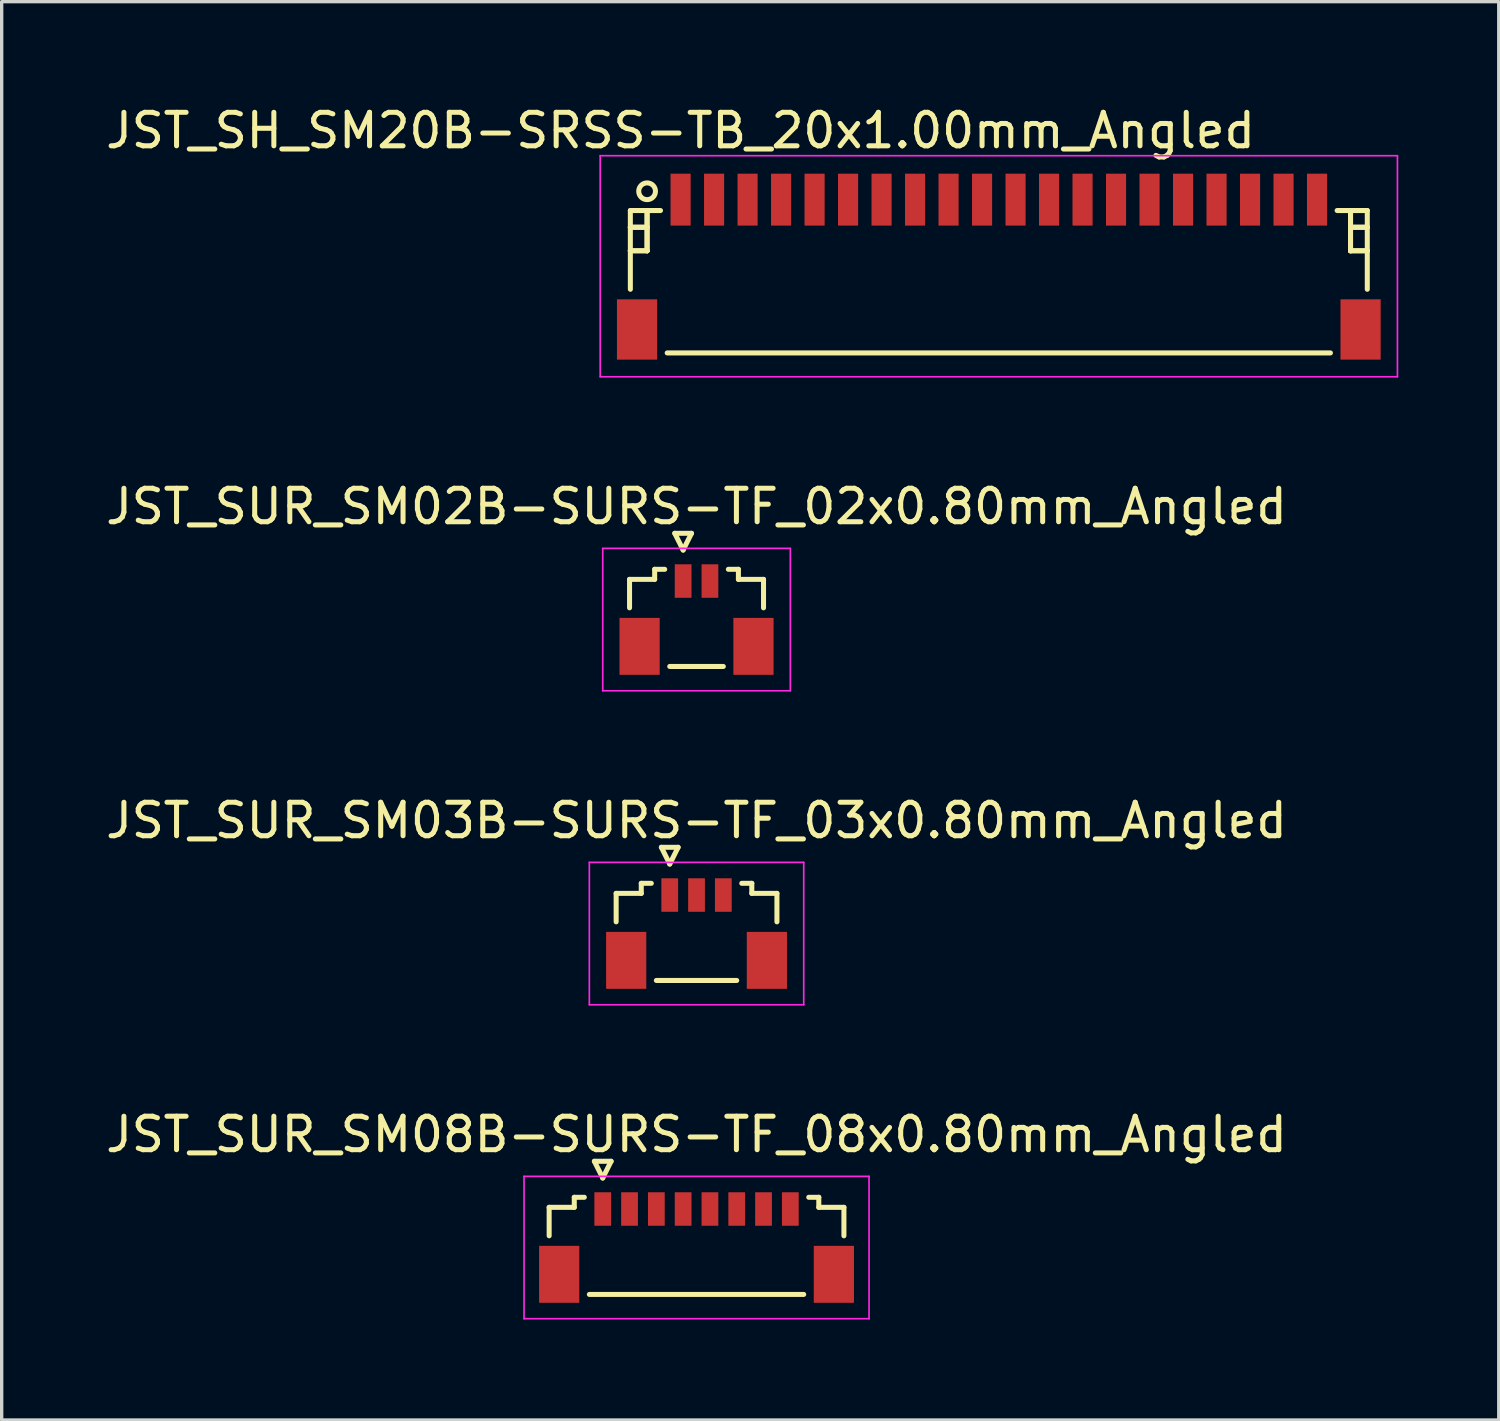
<source format=kicad_pcb>
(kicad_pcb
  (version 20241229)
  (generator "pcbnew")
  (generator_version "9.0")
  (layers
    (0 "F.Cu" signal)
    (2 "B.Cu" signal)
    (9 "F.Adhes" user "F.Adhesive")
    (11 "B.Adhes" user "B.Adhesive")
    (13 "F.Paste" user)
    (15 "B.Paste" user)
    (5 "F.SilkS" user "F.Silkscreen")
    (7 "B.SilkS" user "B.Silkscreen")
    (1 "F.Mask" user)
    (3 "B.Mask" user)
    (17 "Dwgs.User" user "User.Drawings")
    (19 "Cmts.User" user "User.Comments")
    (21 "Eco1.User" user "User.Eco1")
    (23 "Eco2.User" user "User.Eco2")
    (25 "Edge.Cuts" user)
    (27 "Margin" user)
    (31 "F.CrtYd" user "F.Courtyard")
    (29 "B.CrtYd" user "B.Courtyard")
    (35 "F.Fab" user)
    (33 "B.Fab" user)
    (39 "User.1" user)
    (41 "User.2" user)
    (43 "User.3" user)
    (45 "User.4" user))
  (footprint "JST_SH_SM20B-SRSS-TB_20x1.00mm_Angled"
    (layer "F.Cu")
    (at 26.768 4.848)
    (property "Reference" "JST_SH_SM20B-SRSS-TB_20x1.00mm_Angled" (at -9.5 -4 0) (layer "F.SilkS") (effects (font (size 1 1) (thickness 0.15))))
    (attr smd)
    (fp_line (start -11 -1.613) (end -10.1 -1.613) (stroke (width 0.15) (type solid)) (layer "F.SilkS"))
    (fp_line (start -11 -1.113) (end -11 -1.113) (stroke (width 0.15) (type solid)) (layer "F.SilkS"))
    (fp_line (start -11 -1.113) (end -10.5 -1.113) (stroke (width 0.15) (type solid)) (layer "F.SilkS"))
    (fp_line (start -11 -0.412) (end -11 -0.412) (stroke (width 0.15) (type solid)) (layer "F.SilkS"))
    (fp_line (start -11 -0.412) (end -10.5 -0.412) (stroke (width 0.15) (type solid)) (layer "F.SilkS"))
    (fp_line (start -11 0.738) (end -11 -1.613) (stroke (width 0.15) (type solid)) (layer "F.SilkS"))
    (fp_line (start -10.5 -1.613) (end -10.5 -1.613) (stroke (width 0.15) (type solid)) (layer "F.SilkS"))
    (fp_line (start -10.5 -1.613) (end -10.5 -0.412) (stroke (width 0.15) (type solid)) (layer "F.SilkS"))
    (fp_line (start -10.5 -1.113) (end -11 -1.113) (stroke (width 0.15) (type solid)) (layer "F.SilkS"))
    (fp_line (start -10.5 -1.113) (end -10.5 -1.113) (stroke (width 0.15) (type solid)) (layer "F.SilkS"))
    (fp_line (start -10.5 -0.412) (end -11 -0.412) (stroke (width 0.15) (type solid)) (layer "F.SilkS"))
    (fp_line (start -10.5 -0.412) (end -10.5 -1.613) (stroke (width 0.15) (type solid)) (layer "F.SilkS"))
    (fp_line (start -10.5 -0.412) (end -10.5 -0.412) (stroke (width 0.15) (type solid)) (layer "F.SilkS"))
    (fp_line (start -10.5 -0.412) (end -10.5 -0.412) (stroke (width 0.15) (type solid)) (layer "F.SilkS"))
    (fp_line (start -9.9 2.638) (end 9.9 2.638) (stroke (width 0.15) (type solid)) (layer "F.SilkS"))
    (fp_line (start 10.5 -1.613) (end 10.5 -1.613) (stroke (width 0.15) (type solid)) (layer "F.SilkS"))
    (fp_line (start 10.5 -1.613) (end 10.5 -0.412) (stroke (width 0.15) (type solid)) (layer "F.SilkS"))
    (fp_line (start 10.5 -1.113) (end 10.5 -1.113) (stroke (width 0.15) (type solid)) (layer "F.SilkS"))
    (fp_line (start 10.5 -1.113) (end 11 -1.113) (stroke (width 0.15) (type solid)) (layer "F.SilkS"))
    (fp_line (start 10.5 -0.412) (end 10.5 -1.613) (stroke (width 0.15) (type solid)) (layer "F.SilkS"))
    (fp_line (start 10.5 -0.412) (end 10.5 -0.412) (stroke (width 0.15) (type solid)) (layer "F.SilkS"))
    (fp_line (start 10.5 -0.412) (end 10.5 -0.412) (stroke (width 0.15) (type solid)) (layer "F.SilkS"))
    (fp_line (start 10.5 -0.412) (end 11 -0.412) (stroke (width 0.15) (type solid)) (layer "F.SilkS"))
    (fp_line (start 11 -1.613) (end 10.1 -1.613) (stroke (width 0.15) (type solid)) (layer "F.SilkS"))
    (fp_line (start 11 -1.113) (end 10.5 -1.113) (stroke (width 0.15) (type solid)) (layer "F.SilkS"))
    (fp_line (start 11 -1.113) (end 11 -1.113) (stroke (width 0.15) (type solid)) (layer "F.SilkS"))
    (fp_line (start 11 -0.412) (end 10.5 -0.412) (stroke (width 0.15) (type solid)) (layer "F.SilkS"))
    (fp_line (start 11 -0.412) (end 11 -0.412) (stroke (width 0.15) (type solid)) (layer "F.SilkS"))
    (fp_line (start 11 0.738) (end 11 -1.613) (stroke (width 0.15) (type solid)) (layer "F.SilkS"))
    (fp_circle (center -10.5 -2.188) (end -10.25 -2.188) (stroke (width 0.15) (type solid)) (fill no) (layer "F.SilkS"))
    (fp_line (start -11.9 -3.25) (end 11.9 -3.25) (stroke (width 0.05) (type solid)) (layer "F.CrtYd"))
    (fp_line (start -11.9 3.35) (end -11.9 -3.25) (stroke (width 0.05) (type solid)) (layer "F.CrtYd"))
    (fp_line (start 11.9 -3.25) (end 11.9 3.35) (stroke (width 0.05) (type solid)) (layer "F.CrtYd"))
    (fp_line (start 11.9 3.35) (end -11.9 3.35) (stroke (width 0.05) (type solid)) (layer "F.CrtYd"))
    (pad "" smd rect (at -10.8 1.938) (size 1.2 1.8) (layers "F.Cu" "F.Mask" "F.Paste"))
    (pad "" smd rect (at 10.8 1.938) (size 1.2 1.8) (layers "F.Cu" "F.Mask" "F.Paste"))
    (pad "1" smd rect (at -9.5 -1.938) (size 0.6 1.55) (layers "F.Cu" "F.Mask" "F.Paste"))
    (pad "2" smd rect (at -8.5 -1.938) (size 0.6 1.55) (layers "F.Cu" "F.Mask" "F.Paste"))
    (pad "3" smd rect (at -7.5 -1.938) (size 0.6 1.55) (layers "F.Cu" "F.Mask" "F.Paste"))
    (pad "4" smd rect (at -6.5 -1.938) (size 0.6 1.55) (layers "F.Cu" "F.Mask" "F.Paste"))
    (pad "5" smd rect (at -5.5 -1.938) (size 0.6 1.55) (layers "F.Cu" "F.Mask" "F.Paste"))
    (pad "6" smd rect (at -4.5 -1.938) (size 0.6 1.55) (layers "F.Cu" "F.Mask" "F.Paste"))
    (pad "7" smd rect (at -3.5 -1.938) (size 0.6 1.55) (layers "F.Cu" "F.Mask" "F.Paste"))
    (pad "8" smd rect (at -2.5 -1.938) (size 0.6 1.55) (layers "F.Cu" "F.Mask" "F.Paste"))
    (pad "9" smd rect (at -1.5 -1.938) (size 0.6 1.55) (layers "F.Cu" "F.Mask" "F.Paste"))
    (pad "10" smd rect (at -0.5 -1.938) (size 0.6 1.55) (layers "F.Cu" "F.Mask" "F.Paste"))
    (pad "11" smd rect (at 0.5 -1.938) (size 0.6 1.55) (layers "F.Cu" "F.Mask" "F.Paste"))
    (pad "12" smd rect (at 1.5 -1.938) (size 0.6 1.55) (layers "F.Cu" "F.Mask" "F.Paste"))
    (pad "13" smd rect (at 2.5 -1.938) (size 0.6 1.55) (layers "F.Cu" "F.Mask" "F.Paste"))
    (pad "14" smd rect (at 3.5 -1.938) (size 0.6 1.55) (layers "F.Cu" "F.Mask" "F.Paste"))
    (pad "15" smd rect (at 4.5 -1.938) (size 0.6 1.55) (layers "F.Cu" "F.Mask" "F.Paste"))
    (pad "16" smd rect (at 5.5 -1.938) (size 0.6 1.55) (layers "F.Cu" "F.Mask" "F.Paste"))
    (pad "17" smd rect (at 6.5 -1.938) (size 0.6 1.55) (layers "F.Cu" "F.Mask" "F.Paste"))
    (pad "18" smd rect (at 7.5 -1.938) (size 0.6 1.55) (layers "F.Cu" "F.Mask" "F.Paste"))
    (pad "19" smd rect (at 8.5 -1.938) (size 0.6 1.55) (layers "F.Cu" "F.Mask" "F.Paste"))
    (pad "20" smd rect (at 9.5 -1.938) (size 0.6 1.55) (layers "F.Cu" "F.Mask" "F.Paste")))
  (footprint "JST_SUR_SM03B-SURS-TF_03x0.80mm_Angled"
    (layer "F.Cu")
    (at 17.744 24.645)
    (property "Reference" "JST_SUR_SM03B-SURS-TF_03x0.80mm_Angled" (at 0 -3.2 0) (layer "F.SilkS") (effects (font (size 1 1) (thickness 0.15))))
    (attr smd)
    (fp_line (start -2.4 -1.025) (end -2.4 -0.175) (stroke (width 0.15) (type solid)) (layer "F.SilkS"))
    (fp_line (start -1.65 -1.325) (end -1.65 -1.025) (stroke (width 0.15) (type solid)) (layer "F.SilkS"))
    (fp_line (start -1.65 -1.025) (end -2.4 -1.025) (stroke (width 0.15) (type solid)) (layer "F.SilkS"))
    (fp_line (start -1.35 -1.325) (end -1.65 -1.325) (stroke (width 0.15) (type solid)) (layer "F.SilkS"))
    (fp_line (start -1.2 1.575) (end 1.2 1.575) (stroke (width 0.15) (type solid)) (layer "F.SilkS"))
    (fp_line (start -1.05 -2.4) (end -0.55 -2.4) (stroke (width 0.15) (type solid)) (layer "F.SilkS"))
    (fp_line (start -0.8 -1.9) (end -1.05 -2.4) (stroke (width 0.15) (type solid)) (layer "F.SilkS"))
    (fp_line (start -0.55 -2.4) (end -0.8 -1.9) (stroke (width 0.15) (type solid)) (layer "F.SilkS"))
    (fp_line (start 1.35 -1.325) (end 1.65 -1.325) (stroke (width 0.15) (type solid)) (layer "F.SilkS"))
    (fp_line (start 1.65 -1.325) (end 1.65 -1.025) (stroke (width 0.15) (type solid)) (layer "F.SilkS"))
    (fp_line (start 1.65 -1.025) (end 2.4 -1.025) (stroke (width 0.15) (type solid)) (layer "F.SilkS"))
    (fp_line (start 2.4 -1.025) (end 2.4 -0.175) (stroke (width 0.15) (type solid)) (layer "F.SilkS"))
    (fp_line (start -3.2 -1.95) (end 3.2 -1.95) (stroke (width 0.05) (type solid)) (layer "F.CrtYd"))
    (fp_line (start -3.2 2.3) (end -3.2 -1.95) (stroke (width 0.05) (type solid)) (layer "F.CrtYd"))
    (fp_line (start 3.2 -1.95) (end 3.2 2.3) (stroke (width 0.05) (type solid)) (layer "F.CrtYd"))
    (fp_line (start 3.2 2.3) (end -3.2 2.3) (stroke (width 0.05) (type solid)) (layer "F.CrtYd"))
    (pad "" smd rect (at -2.1 0.975) (size 1.2 1.7) (layers "F.Cu" "F.Mask" "F.Paste"))
    (pad "" smd rect (at 2.1 0.975) (size 1.2 1.7) (layers "F.Cu" "F.Mask" "F.Paste"))
    (pad "1" smd rect (at -0.8 -0.975) (size 0.5 1) (layers "F.Cu" "F.Mask" "F.Paste"))
    (pad "2" smd rect (at 0 -0.975) (size 0.5 1) (layers "F.Cu" "F.Mask" "F.Paste"))
    (pad "3" smd rect (at 0.8 -0.975) (size 0.5 1) (layers "F.Cu" "F.Mask" "F.Paste")))
  (footprint "JST_SUR_SM08B-SURS-TF_08x0.80mm_Angled"
    (layer "F.Cu")
    (at 17.744 34.018)
    (property "Reference" "JST_SUR_SM08B-SURS-TF_08x0.80mm_Angled" (at 0 -3.2 0) (layer "F.SilkS") (effects (font (size 1 1) (thickness 0.15))))
    (attr smd)
    (fp_line (start -4.4 -1.025) (end -4.4 -0.175) (stroke (width 0.15) (type solid)) (layer "F.SilkS"))
    (fp_line (start -3.65 -1.325) (end -3.65 -1.025) (stroke (width 0.15) (type solid)) (layer "F.SilkS"))
    (fp_line (start -3.65 -1.025) (end -4.4 -1.025) (stroke (width 0.15) (type solid)) (layer "F.SilkS"))
    (fp_line (start -3.35 -1.325) (end -3.65 -1.325) (stroke (width 0.15) (type solid)) (layer "F.SilkS"))
    (fp_line (start -3.2 1.575) (end 3.2 1.575) (stroke (width 0.15) (type solid)) (layer "F.SilkS"))
    (fp_line (start -3.05 -2.4) (end -2.55 -2.4) (stroke (width 0.15) (type solid)) (layer "F.SilkS"))
    (fp_line (start -2.8 -1.9) (end -3.05 -2.4) (stroke (width 0.15) (type solid)) (layer "F.SilkS"))
    (fp_line (start -2.55 -2.4) (end -2.8 -1.9) (stroke (width 0.15) (type solid)) (layer "F.SilkS"))
    (fp_line (start 3.35 -1.325) (end 3.65 -1.325) (stroke (width 0.15) (type solid)) (layer "F.SilkS"))
    (fp_line (start 3.65 -1.325) (end 3.65 -1.025) (stroke (width 0.15) (type solid)) (layer "F.SilkS"))
    (fp_line (start 3.65 -1.025) (end 4.4 -1.025) (stroke (width 0.15) (type solid)) (layer "F.SilkS"))
    (fp_line (start 4.4 -1.025) (end 4.4 -0.175) (stroke (width 0.15) (type solid)) (layer "F.SilkS"))
    (fp_line (start -5.15 -1.95) (end 5.15 -1.95) (stroke (width 0.05) (type solid)) (layer "F.CrtYd"))
    (fp_line (start -5.15 2.3) (end -5.15 -1.95) (stroke (width 0.05) (type solid)) (layer "F.CrtYd"))
    (fp_line (start 5.15 -1.95) (end 5.15 2.3) (stroke (width 0.05) (type solid)) (layer "F.CrtYd"))
    (fp_line (start 5.15 2.3) (end -5.15 2.3) (stroke (width 0.05) (type solid)) (layer "F.CrtYd"))
    (pad "" smd rect (at -4.1 0.975) (size 1.2 1.7) (layers "F.Cu" "F.Mask" "F.Paste"))
    (pad "" smd rect (at 4.1 0.975) (size 1.2 1.7) (layers "F.Cu" "F.Mask" "F.Paste"))
    (pad "1" smd rect (at -2.8 -0.975) (size 0.5 1) (layers "F.Cu" "F.Mask" "F.Paste"))
    (pad "2" smd rect (at -2 -0.975) (size 0.5 1) (layers "F.Cu" "F.Mask" "F.Paste"))
    (pad "3" smd rect (at -1.2 -0.975) (size 0.5 1) (layers "F.Cu" "F.Mask" "F.Paste"))
    (pad "4" smd rect (at -0.4 -0.975) (size 0.5 1) (layers "F.Cu" "F.Mask" "F.Paste"))
    (pad "5" smd rect (at 0.4 -0.975) (size 0.5 1) (layers "F.Cu" "F.Mask" "F.Paste"))
    (pad "6" smd rect (at 1.2 -0.975) (size 0.5 1) (layers "F.Cu" "F.Mask" "F.Paste"))
    (pad "7" smd rect (at 2 -0.975) (size 0.5 1) (layers "F.Cu" "F.Mask" "F.Paste"))
    (pad "8" smd rect (at 2.8 -0.975) (size 0.5 1) (layers "F.Cu" "F.Mask" "F.Paste")))
  (footprint "JST_SUR_SM02B-SURS-TF_02x0.80mm_Angled"
    (layer "F.Cu")
    (at 17.744 15.271)
    (property "Reference" "JST_SUR_SM02B-SURS-TF_02x0.80mm_Angled" (at 0 -3.2 0) (layer "F.SilkS") (effects (font (size 1 1) (thickness 0.15))))
    (attr smd)
    (fp_line (start -2 -1.025) (end -2 -0.175) (stroke (width 0.15) (type solid)) (layer "F.SilkS"))
    (fp_line (start -1.25 -1.325) (end -1.25 -1.025) (stroke (width 0.15) (type solid)) (layer "F.SilkS"))
    (fp_line (start -1.25 -1.025) (end -2 -1.025) (stroke (width 0.15) (type solid)) (layer "F.SilkS"))
    (fp_line (start -0.95 -1.325) (end -1.25 -1.325) (stroke (width 0.15) (type solid)) (layer "F.SilkS"))
    (fp_line (start -0.8 1.575) (end 0.8 1.575) (stroke (width 0.15) (type solid)) (layer "F.SilkS"))
    (fp_line (start -0.65 -2.4) (end -0.15 -2.4) (stroke (width 0.15) (type solid)) (layer "F.SilkS"))
    (fp_line (start -0.4 -1.9) (end -0.65 -2.4) (stroke (width 0.15) (type solid)) (layer "F.SilkS"))
    (fp_line (start -0.15 -2.4) (end -0.4 -1.9) (stroke (width 0.15) (type solid)) (layer "F.SilkS"))
    (fp_line (start 0.95 -1.325) (end 1.25 -1.325) (stroke (width 0.15) (type solid)) (layer "F.SilkS"))
    (fp_line (start 1.25 -1.325) (end 1.25 -1.025) (stroke (width 0.15) (type solid)) (layer "F.SilkS"))
    (fp_line (start 1.25 -1.025) (end 2 -1.025) (stroke (width 0.15) (type solid)) (layer "F.SilkS"))
    (fp_line (start 2 -1.025) (end 2 -0.175) (stroke (width 0.15) (type solid)) (layer "F.SilkS"))
    (fp_line (start -2.8 -1.95) (end 2.8 -1.95) (stroke (width 0.05) (type solid)) (layer "F.CrtYd"))
    (fp_line (start -2.8 2.3) (end -2.8 -1.95) (stroke (width 0.05) (type solid)) (layer "F.CrtYd"))
    (fp_line (start 2.8 -1.95) (end 2.8 2.3) (stroke (width 0.05) (type solid)) (layer "F.CrtYd"))
    (fp_line (start 2.8 2.3) (end -2.8 2.3) (stroke (width 0.05) (type solid)) (layer "F.CrtYd"))
    (pad "" smd rect (at -1.7 0.975) (size 1.2 1.7) (layers "F.Cu" "F.Mask" "F.Paste"))
    (pad "" smd rect (at 1.7 0.975) (size 1.2 1.7) (layers "F.Cu" "F.Mask" "F.Paste"))
    (pad "1" smd rect (at -0.4 -0.975) (size 0.5 1) (layers "F.Cu" "F.Mask" "F.Paste"))
    (pad "2" smd rect (at 0.4 -0.975) (size 0.5 1) (layers "F.Cu" "F.Mask" "F.Paste")))
  (gr_rect
    (start -3 -3)
    (end 41.693 39.343)
    (stroke (width 0.1) (type default))
    (fill no)
    (layer "Edge.Cuts")))
</source>
